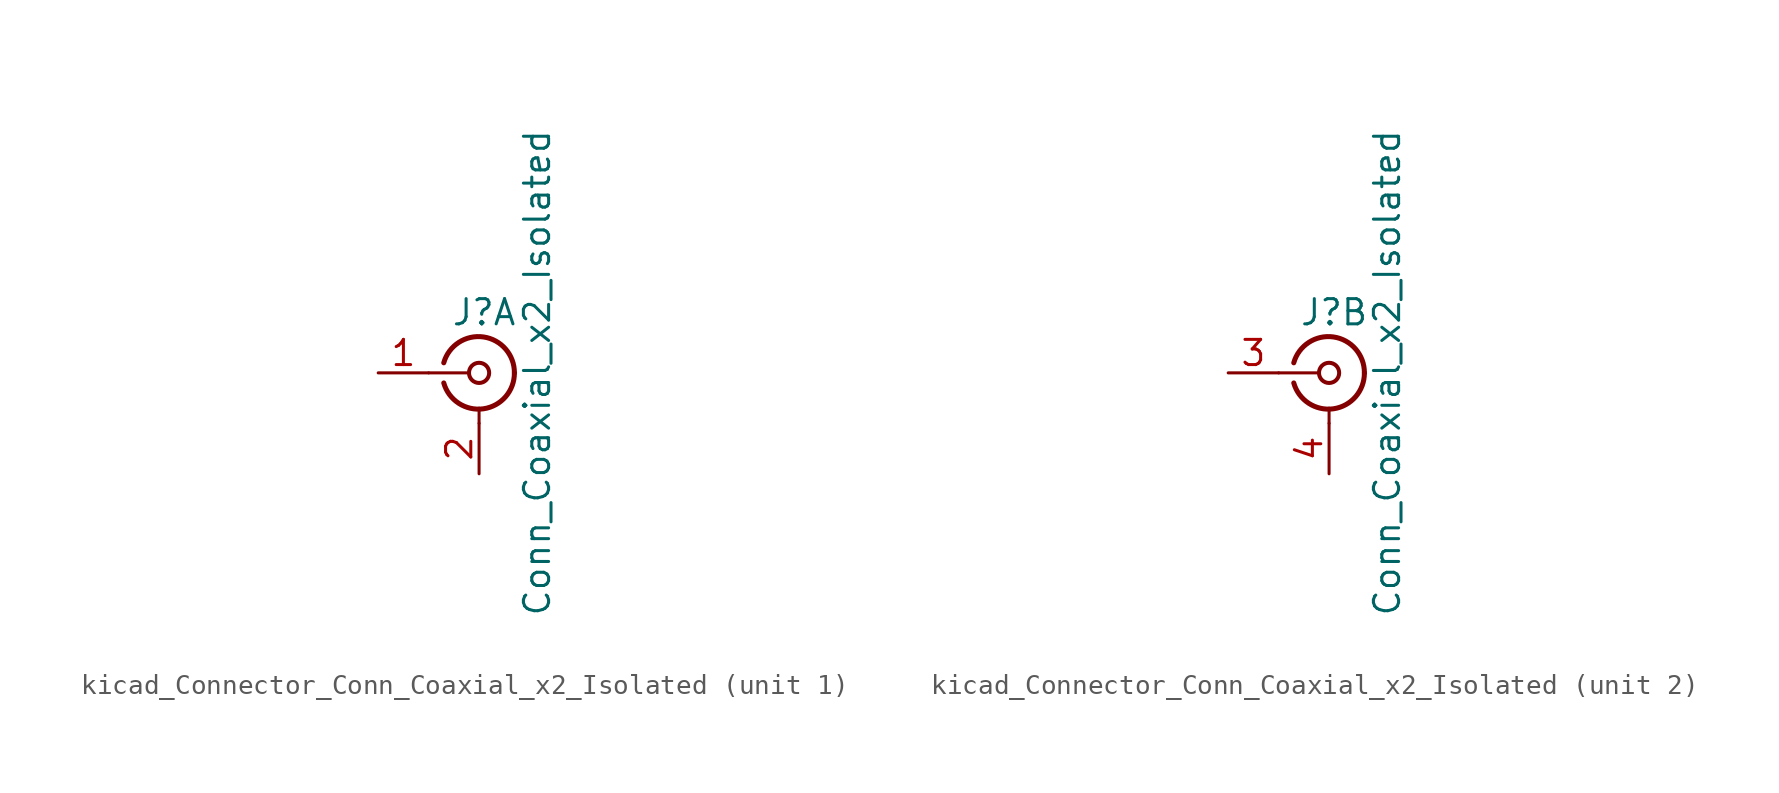
<source format=kicad_sym>
(kicad_symbol_lib
  (version 20220914)
  (generator kicad_symbol_editor)
  (symbol "kicad_Connector_Conn_Coaxial_x2_Isolated"
    (pin_names
      (offset 1.016) hide)
    (property "Reference" "J"
      (at 0.254 3.048 0)
      (effects (font (size 1.27 1.27))))
    (property "Value" "Conn_Coaxial_x2_Isolated"
      (at 2.921 0 90)
      (effects (font (size 1.27 1.27))))
    (symbol "kicad_Connector_Conn_Coaxial_x2_Isolated_0_1"
      (arc (start -1.778 -0.508) (mid 0.2311 -1.8066) (end 1.778 0) (stroke (width 0.254) (type default)) (fill (type none)))
      (polyline (pts (xy -2.54 0) (xy -0.508 0)) (stroke (width 0) (type default)) (fill (type none)))
      (polyline (pts (xy 0 -2.54) (xy 0 -1.778)) (stroke (width 0) (type default)) (fill (type none)))
      (circle (center 0 0) (radius 0.508) (stroke (width 0.203) (type default)) (fill (type none)))
      (arc (start 1.778 0) (mid 0.2099 1.8101) (end -1.778 0.508) (stroke (width 0.254) (type default)) (fill (type none))))
    (symbol "kicad_Connector_Conn_Coaxial_x2_Isolated_1_1"
      (pin passive line (at -5.08 0 0) (length 2.54) (name "In1" (effects (font (size 1.27 1.27)))) (number "1" (effects (font (size 1.27 1.27)))))
      (pin passive line (at 0 -5.08 90) (length 2.54) (name "Ext1" (effects (font (size 1.27 1.27)))) (number "2" (effects (font (size 1.27 1.27))))))
    (symbol "kicad_Connector_Conn_Coaxial_x2_Isolated_2_1"
      (pin passive line (at -5.08 0 0) (length 2.54) (name "In2" (effects (font (size 1.27 1.27)))) (number "3" (effects (font (size 1.27 1.27)))))
      (pin passive line (at 0 -5.08 90) (length 2.54) (name "Ext2" (effects (font (size 1.27 1.27)))) (number "4" (effects (font (size 1.27 1.27))))))))
</source>
